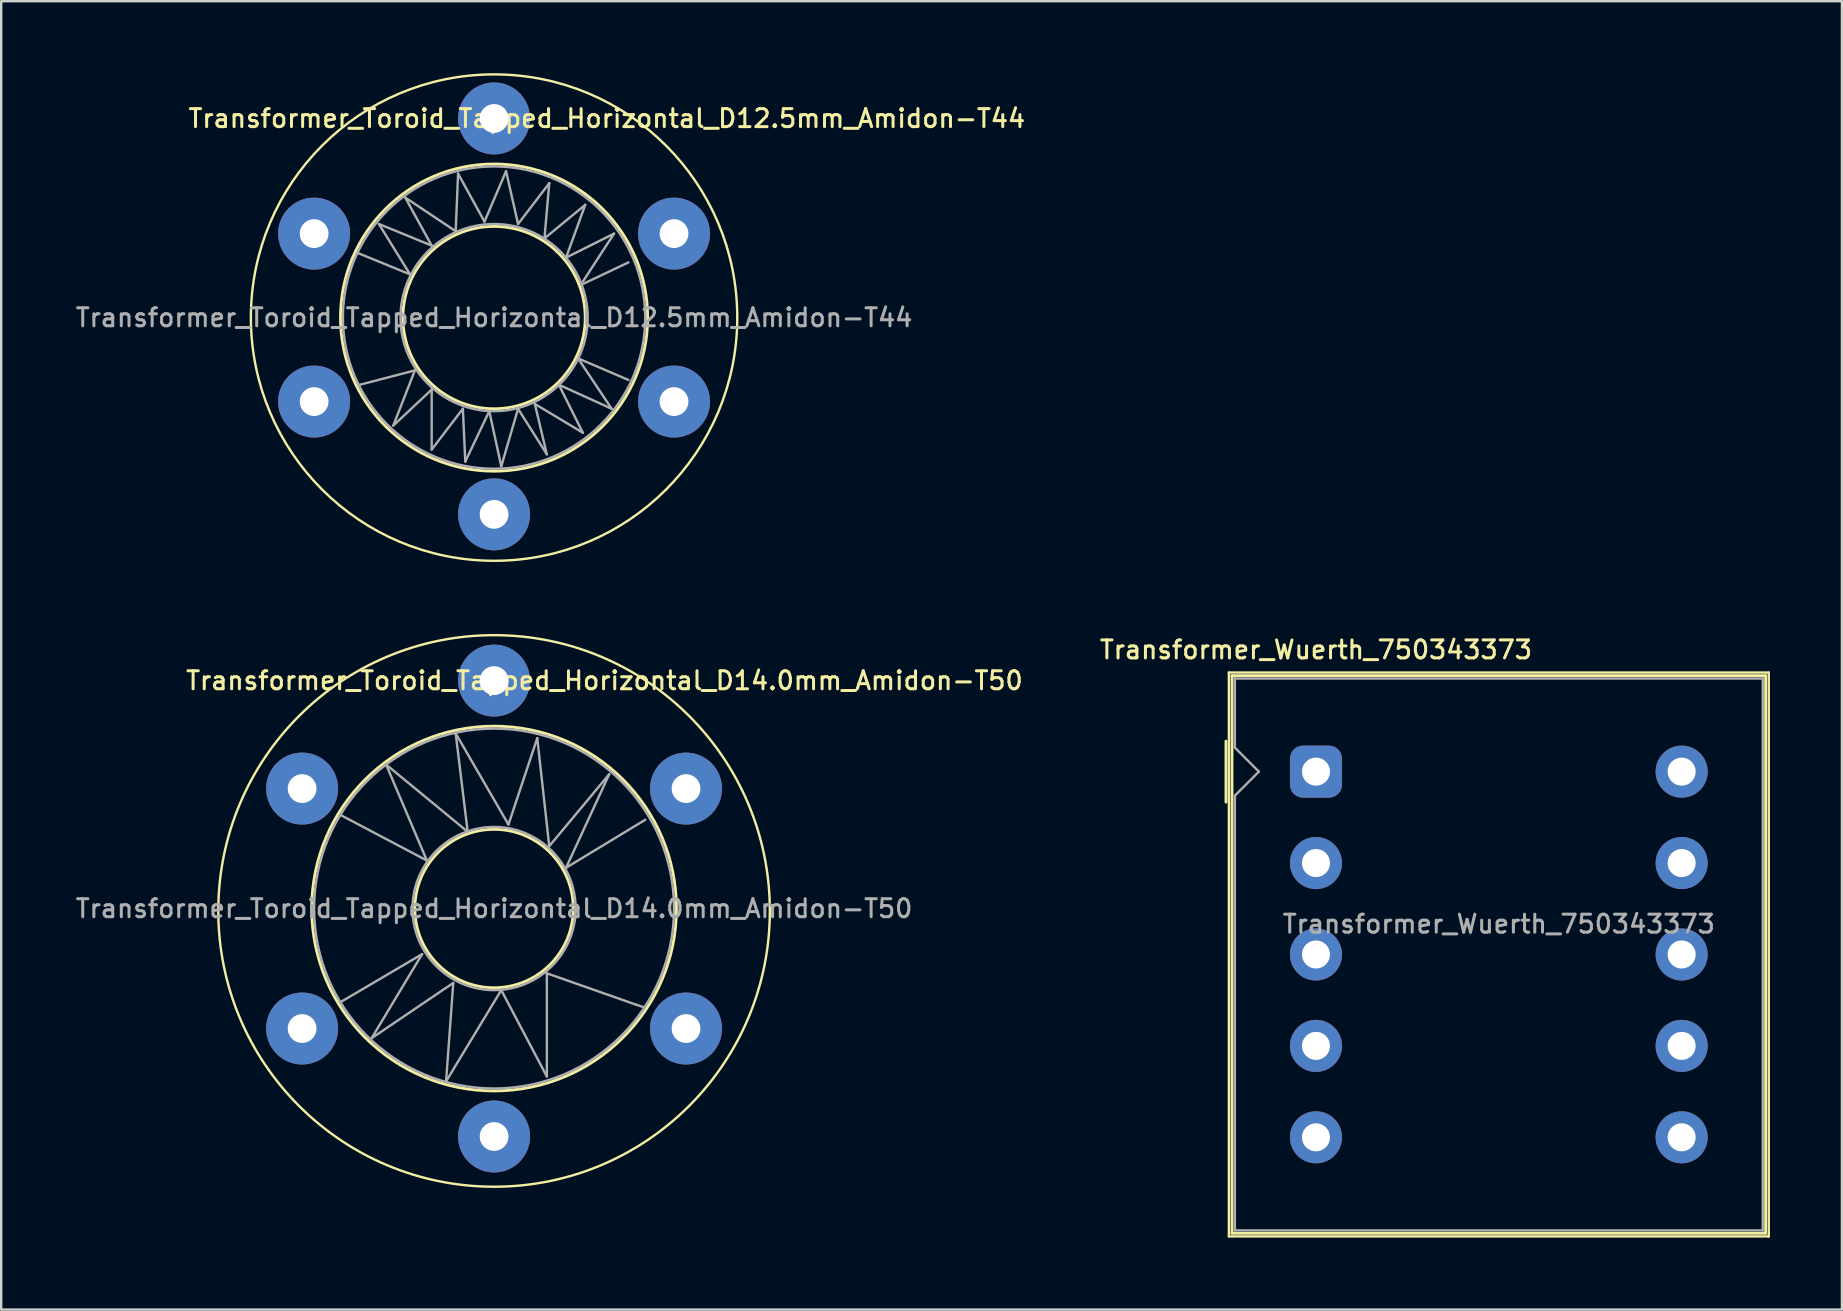
<source format=kicad_pcb>
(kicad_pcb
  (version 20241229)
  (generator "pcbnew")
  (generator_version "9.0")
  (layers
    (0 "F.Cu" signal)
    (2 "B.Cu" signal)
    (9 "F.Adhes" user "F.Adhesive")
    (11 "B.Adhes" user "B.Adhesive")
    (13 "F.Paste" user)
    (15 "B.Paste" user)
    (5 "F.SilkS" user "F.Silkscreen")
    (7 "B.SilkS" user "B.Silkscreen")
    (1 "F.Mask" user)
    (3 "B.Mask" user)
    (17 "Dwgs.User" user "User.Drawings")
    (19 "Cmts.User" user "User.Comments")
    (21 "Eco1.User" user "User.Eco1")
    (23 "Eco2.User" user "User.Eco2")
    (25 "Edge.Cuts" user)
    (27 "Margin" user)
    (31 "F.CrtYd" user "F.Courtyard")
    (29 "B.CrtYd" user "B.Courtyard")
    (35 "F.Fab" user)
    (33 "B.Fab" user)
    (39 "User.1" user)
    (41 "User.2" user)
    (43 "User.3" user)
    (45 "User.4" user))
  (footprint "Transformer_Wuerth_750343373"
    (layer "F.Cu")
    (at 51.795 29.109)
    (property "Reference" "Transformer_Wuerth_750343373" (at 0 -5.08 0) (layer "F.SilkS") (effects (font (size 0.75 0.75) (thickness 0.125))))
    (attr through_hole)
    (fp_line (start -3.75 -1.27) (end -3.75 1.27) (stroke (width 0.12) (type solid)) (layer "F.SilkS"))
    (fp_line (start -3.63 -4.13) (end 18.87 -4.13) (stroke (width 0.1) (type solid)) (layer "F.SilkS"))
    (fp_line (start -3.63 19.37) (end -3.63 -4.13) (stroke (width 0.1) (type solid)) (layer "F.SilkS"))
    (fp_line (start -3.5 -4) (end 18.74 -4) (stroke (width 0.12) (type solid)) (layer "F.SilkS"))
    (fp_line (start -3.5 19.24) (end -3.5 -4) (stroke (width 0.12) (type solid)) (layer "F.SilkS"))
    (fp_line (start 18.74 -4) (end 18.74 19.24) (stroke (width 0.12) (type solid)) (layer "F.SilkS"))
    (fp_line (start 18.74 19.24) (end -3.5 19.24) (stroke (width 0.12) (type solid)) (layer "F.SilkS"))
    (fp_line (start 18.87 -4.13) (end 18.87 19.37) (stroke (width 0.1) (type solid)) (layer "F.SilkS"))
    (fp_line (start 18.87 19.37) (end -3.63 19.37) (stroke (width 0.1) (type solid)) (layer "F.SilkS"))
    (fp_line (start -3.38 -3.88) (end 18.62 -3.88) (stroke (width 0.1) (type solid)) (layer "F.Fab"))
    (fp_line (start -3.38 -1) (end -3.38 -3.88) (stroke (width 0.1) (type solid)) (layer "F.Fab"))
    (fp_line (start -3.38 -1) (end -2.38 0) (stroke (width 0.1) (type solid)) (layer "F.Fab"))
    (fp_line (start -3.38 1) (end -3.38 19.12) (stroke (width 0.1) (type solid)) (layer "F.Fab"))
    (fp_line (start -2.38 0) (end -3.38 1) (stroke (width 0.1) (type solid)) (layer "F.Fab"))
    (fp_line (start 18.62 -3.88) (end 18.62 19.12) (stroke (width 0.1) (type solid)) (layer "F.Fab"))
    (fp_line (start 18.62 19.12) (end -3.38 19.12) (stroke (width 0.1) (type solid)) (layer "F.Fab"))
    (fp_text user "${REFERENCE}" (at 7.62 6.35 0) (layer "F.Fab") (effects (font (size 0.75 0.75) (thickness 0.125))))
    (pad "1" thru_hole roundrect (at 0 0) (size 2.17 2.17) (drill 1.17) (layers "*.Cu" "*.Mask") (roundrect_rratio 0.25))
    (pad "2" thru_hole circle (at 0 3.81) (size 2.17 2.17) (drill 1.17) (layers "*.Cu" "*.Mask"))
    (pad "3" thru_hole circle (at 0 7.62) (size 2.17 2.17) (drill 1.17) (layers "*.Cu" "*.Mask"))
    (pad "4" thru_hole circle (at 0 11.43) (size 2.17 2.17) (drill 1.17) (layers "*.Cu" "*.Mask"))
    (pad "5" thru_hole circle (at 0 15.24) (size 2.17 2.17) (drill 1.17) (layers "*.Cu" "*.Mask"))
    (pad "6" thru_hole circle (at 15.24 15.24) (size 2.17 2.17) (drill 1.17) (layers "*.Cu" "*.Mask"))
    (pad "7" thru_hole circle (at 15.24 11.43) (size 2.17 2.17) (drill 1.17) (layers "*.Cu" "*.Mask"))
    (pad "8" thru_hole circle (at 15.24 7.62) (size 2.17 2.17) (drill 1.17) (layers "*.Cu" "*.Mask"))
    (pad "9" thru_hole circle (at 15.24 3.81) (size 2.17 2.17) (drill 1.17) (layers "*.Cu" "*.Mask"))
    (pad "10" thru_hole circle (at 15.24 0) (size 2.17 2.17) (drill 1.17) (layers "*.Cu" "*.Mask")))
  (footprint "Transformer_Toroid_Tapped_Horizontal_D14.0mm_Amidon-T50"
    (layer "F.Cu")
    (at 9.541 39.815)
    (property "Reference" "Transformer_Toroid_Tapped_Horizontal_D14.0mm_Amidon-T50" (at 12.6 -14.5 0) (layer "F.SilkS") (effects (font (size 0.75 0.75) (thickness 0.125))))
    (attr through_hole)
    (fp_circle (center 8 -5) (end 11.3 -5.1) (stroke (width 0.12) (type solid)) (fill no) (layer "F.SilkS"))
    (fp_circle (center 8 -5) (end 15.6 -5.1) (stroke (width 0.12) (type solid)) (fill no) (layer "F.SilkS"))
    (fp_circle (center 8 -4.9) (end 18.3 0.2) (stroke (width 0.1) (type solid)) (fill no) (layer "F.SilkS"))
    (fp_line (start 1.6 -8.9) (end 5.2 -7) (stroke (width 0.1) (type solid)) (layer "F.Fab"))
    (fp_line (start 1.6 -1.1) (end 5 -3.1) (stroke (width 0.1) (type solid)) (layer "F.Fab"))
    (fp_line (start 2.9 0.4) (end 6.3 -1.9) (stroke (width 0.1) (type solid)) (layer "F.Fab"))
    (fp_line (start 3.5 -11) (end 6.9 -8.2) (stroke (width 0.1) (type solid)) (layer "F.Fab"))
    (fp_line (start 5 -3.1) (end 2.9 0.4) (stroke (width 0.1) (type solid)) (layer "F.Fab"))
    (fp_line (start 5.2 -7) (end 3.5 -11) (stroke (width 0.1) (type solid)) (layer "F.Fab"))
    (fp_line (start 6 2.2) (end 8.3 -1.6) (stroke (width 0.1) (type solid)) (layer "F.Fab"))
    (fp_line (start 6.3 -1.9) (end 6 2.2) (stroke (width 0.1) (type solid)) (layer "F.Fab"))
    (fp_line (start 6.4 -12.3) (end 8.6 -8.5) (stroke (width 0.1) (type solid)) (layer "F.Fab"))
    (fp_line (start 6.9 -8.2) (end 6.4 -12.3) (stroke (width 0.1) (type solid)) (layer "F.Fab"))
    (fp_line (start 8.3 -1.6) (end 10.2 2) (stroke (width 0.1) (type solid)) (layer "F.Fab"))
    (fp_line (start 8.6 -8.5) (end 9.8 -12.1) (stroke (width 0.1) (type solid)) (layer "F.Fab"))
    (fp_line (start 9.8 -12.1) (end 10.3 -7.6) (stroke (width 0.1) (type solid)) (layer "F.Fab"))
    (fp_line (start 10.2 -2.3) (end 13.9 -1) (stroke (width 0.1) (type solid)) (layer "F.Fab"))
    (fp_line (start 10.2 2) (end 10.2 -2.3) (stroke (width 0.1) (type solid)) (layer "F.Fab"))
    (fp_line (start 10.3 -7.6) (end 12.8 -10.6) (stroke (width 0.1) (type solid)) (layer "F.Fab"))
    (fp_line (start 11 -6.7) (end 14.3 -8.7) (stroke (width 0.1) (type solid)) (layer "F.Fab"))
    (fp_line (start 12.8 -10.6) (end 11 -6.7) (stroke (width 0.1) (type solid)) (layer "F.Fab"))
    (fp_line (start 13.9 -1) (end 14.2 -0.9) (stroke (width 0.1) (type solid)) (layer "F.Fab"))
    (fp_circle (center 8 -5) (end 11.4 -5) (stroke (width 0.1) (type solid)) (fill no) (layer "F.Fab"))
    (fp_circle (center 8 -5) (end 15.5 -5) (stroke (width 0.1) (type solid)) (fill no) (layer "F.Fab"))
    (fp_text user "${REFERENCE}" (at 8 -5 0) (layer "F.Fab") (effects (font (size 0.75 0.75) (thickness 0.125))))
    (pad "1" thru_hole circle (at 0 0) (size 3 3) (drill 1.2) (layers "*.Cu" "*.Mask"))
    (pad "2" thru_hole circle (at 8 4.5) (size 3 3) (drill 1.2) (layers "*.Cu" "*.Mask"))
    (pad "3" thru_hole circle (at 16 0) (size 3 3) (drill 1.2) (layers "*.Cu" "*.Mask"))
    (pad "4" thru_hole circle (at 0 -10) (size 3 3) (drill 1.2) (layers "*.Cu" "*.Mask"))
    (pad "5" thru_hole circle (at 8 -14.5) (size 3 3) (drill 1.2) (layers "*.Cu" "*.Mask"))
    (pad "6" thru_hole circle (at 16 -10) (size 3 3) (drill 1.2) (layers "*.Cu" "*.Mask")))
  (footprint "Transformer_Toroid_Tapped_Horizontal_D12.5mm_Amidon-T44"
    (layer "F.Cu")
    (at 10.041 13.686)
    (property "Reference" "Transformer_Toroid_Tapped_Horizontal_D12.5mm_Amidon-T44" (at 12.2 -11.8 0) (layer "F.SilkS") (effects (font (size 0.75 0.75) (thickness 0.125))))
    (attr through_hole)
    (fp_circle (center 7.5 -3.5) (end 11.3 -3.5) (stroke (width 0.12) (type solid)) (fill no) (layer "F.SilkS"))
    (fp_circle (center 7.5 -3.5) (end 13.9 -3.4) (stroke (width 0.12) (type solid)) (fill no) (layer "F.SilkS"))
    (fp_circle (center 7.5 -3.5) (end 16.2 1.7) (stroke (width 0.1) (type solid)) (fill no) (layer "F.SilkS"))
    (fp_line (start 1.8 -6.2) (end 4 -5.3) (stroke (width 0.1) (type solid)) (layer "F.Fab"))
    (fp_line (start 1.9 -0.7) (end 4.2 -1.3) (stroke (width 0.1) (type solid)) (layer "F.Fab"))
    (fp_line (start 2.7 -7.4) (end 4.9 -6.5) (stroke (width 0.1) (type solid)) (layer "F.Fab"))
    (fp_line (start 3.3 1) (end 4.9 -0.5) (stroke (width 0.1) (type solid)) (layer "F.Fab"))
    (fp_line (start 3.8 -8.5) (end 5.9 -7.1) (stroke (width 0.1) (type solid)) (layer "F.Fab"))
    (fp_line (start 4 -5.3) (end 2.7 -7.4) (stroke (width 0.1) (type solid)) (layer "F.Fab"))
    (fp_line (start 4.2 -1.3) (end 3.3 1) (stroke (width 0.1) (type solid)) (layer "F.Fab"))
    (fp_line (start 4.9 -6.5) (end 3.8 -8.5) (stroke (width 0.1) (type solid)) (layer "F.Fab"))
    (fp_line (start 4.9 -0.5) (end 4.9 2) (stroke (width 0.1) (type solid)) (layer "F.Fab"))
    (fp_line (start 4.9 2) (end 6.2 0.3) (stroke (width 0.1) (type solid)) (layer "F.Fab"))
    (fp_line (start 5.9 -7.1) (end 6 -9.5) (stroke (width 0.1) (type solid)) (layer "F.Fab"))
    (fp_line (start 6 -9.5) (end 7.1 -7.5) (stroke (width 0.1) (type solid)) (layer "F.Fab"))
    (fp_line (start 6.2 0.3) (end 6.3 2.5) (stroke (width 0.1) (type solid)) (layer "F.Fab"))
    (fp_line (start 6.3 2.5) (end 7.3 0.4) (stroke (width 0.1) (type solid)) (layer "F.Fab"))
    (fp_line (start 7.1 -7.5) (end 8 -9.6) (stroke (width 0.1) (type solid)) (layer "F.Fab"))
    (fp_line (start 7.3 0.4) (end 7.8 2.7) (stroke (width 0.1) (type solid)) (layer "F.Fab"))
    (fp_line (start 7.8 2.7) (end 8.5 0.3) (stroke (width 0.1) (type solid)) (layer "F.Fab"))
    (fp_line (start 8 -9.6) (end 8.5 -7.4) (stroke (width 0.1) (type solid)) (layer "F.Fab"))
    (fp_line (start 8.5 -7.4) (end 9.8 -9.1) (stroke (width 0.1) (type solid)) (layer "F.Fab"))
    (fp_line (start 8.5 0.3) (end 9.7 2.2) (stroke (width 0.1) (type solid)) (layer "F.Fab"))
    (fp_line (start 9.2 0.1) (end 11.2 1.3) (stroke (width 0.1) (type solid)) (layer "F.Fab"))
    (fp_line (start 9.6 -6.8) (end 11.3 -8.2) (stroke (width 0.1) (type solid)) (layer "F.Fab"))
    (fp_line (start 9.7 2.2) (end 9.2 0.1) (stroke (width 0.1) (type solid)) (layer "F.Fab"))
    (fp_line (start 9.8 -9.1) (end 9.6 -6.8) (stroke (width 0.1) (type solid)) (layer "F.Fab"))
    (fp_line (start 10.2 -0.7) (end 12.4 0.3) (stroke (width 0.1) (type solid)) (layer "F.Fab"))
    (fp_line (start 10.5 -6) (end 12.5 -7) (stroke (width 0.1) (type solid)) (layer "F.Fab"))
    (fp_line (start 11 -1.8) (end 13.1 -0.9) (stroke (width 0.1) (type solid)) (layer "F.Fab"))
    (fp_line (start 11.2 -4.9) (end 13.1 -5.8) (stroke (width 0.1) (type solid)) (layer "F.Fab"))
    (fp_line (start 11.2 1.3) (end 10.2 -0.7) (stroke (width 0.1) (type solid)) (layer "F.Fab"))
    (fp_line (start 11.3 -8.2) (end 10.5 -6) (stroke (width 0.1) (type solid)) (layer "F.Fab"))
    (fp_line (start 12.4 0.3) (end 11 -1.8) (stroke (width 0.1) (type solid)) (layer "F.Fab"))
    (fp_line (start 12.5 -7) (end 11.2 -5) (stroke (width 0.1) (type solid)) (layer "F.Fab"))
    (fp_circle (center 7.5 -3.5) (end 11.4 -3.5) (stroke (width 0.1) (type solid)) (fill no) (layer "F.Fab"))
    (fp_circle (center 7.5 -3.5) (end 13.8 -3.5) (stroke (width 0.1) (type solid)) (fill no) (layer "F.Fab"))
    (fp_text user "${REFERENCE}" (at 7.5 -3.5 0) (layer "F.Fab") (effects (font (size 0.75 0.75) (thickness 0.125))))
    (pad "1" thru_hole circle (at 0 0) (size 3 3) (drill 1.2) (layers "*.Cu" "*.Mask"))
    (pad "2" thru_hole circle (at 7.5 4.7) (size 3 3) (drill 1.2) (layers "*.Cu" "*.Mask"))
    (pad "3" thru_hole circle (at 15 0) (size 3 3) (drill 1.2) (layers "*.Cu" "*.Mask"))
    (pad "4" thru_hole circle (at 0 -7) (size 3 3) (drill 1.2) (layers "*.Cu" "*.Mask"))
    (pad "5" thru_hole circle (at 7.5 -11.8) (size 3 3) (drill 1.2) (layers "*.Cu" "*.Mask"))
    (pad "6" thru_hole circle (at 15 -7) (size 3 3) (drill 1.2) (layers "*.Cu" "*.Mask")))
  (gr_rect
    (start -3 -3)
    (end 73.715 51.529)
    (stroke (width 0.1) (type default))
    (fill no)
    (layer "Edge.Cuts")))
</source>
